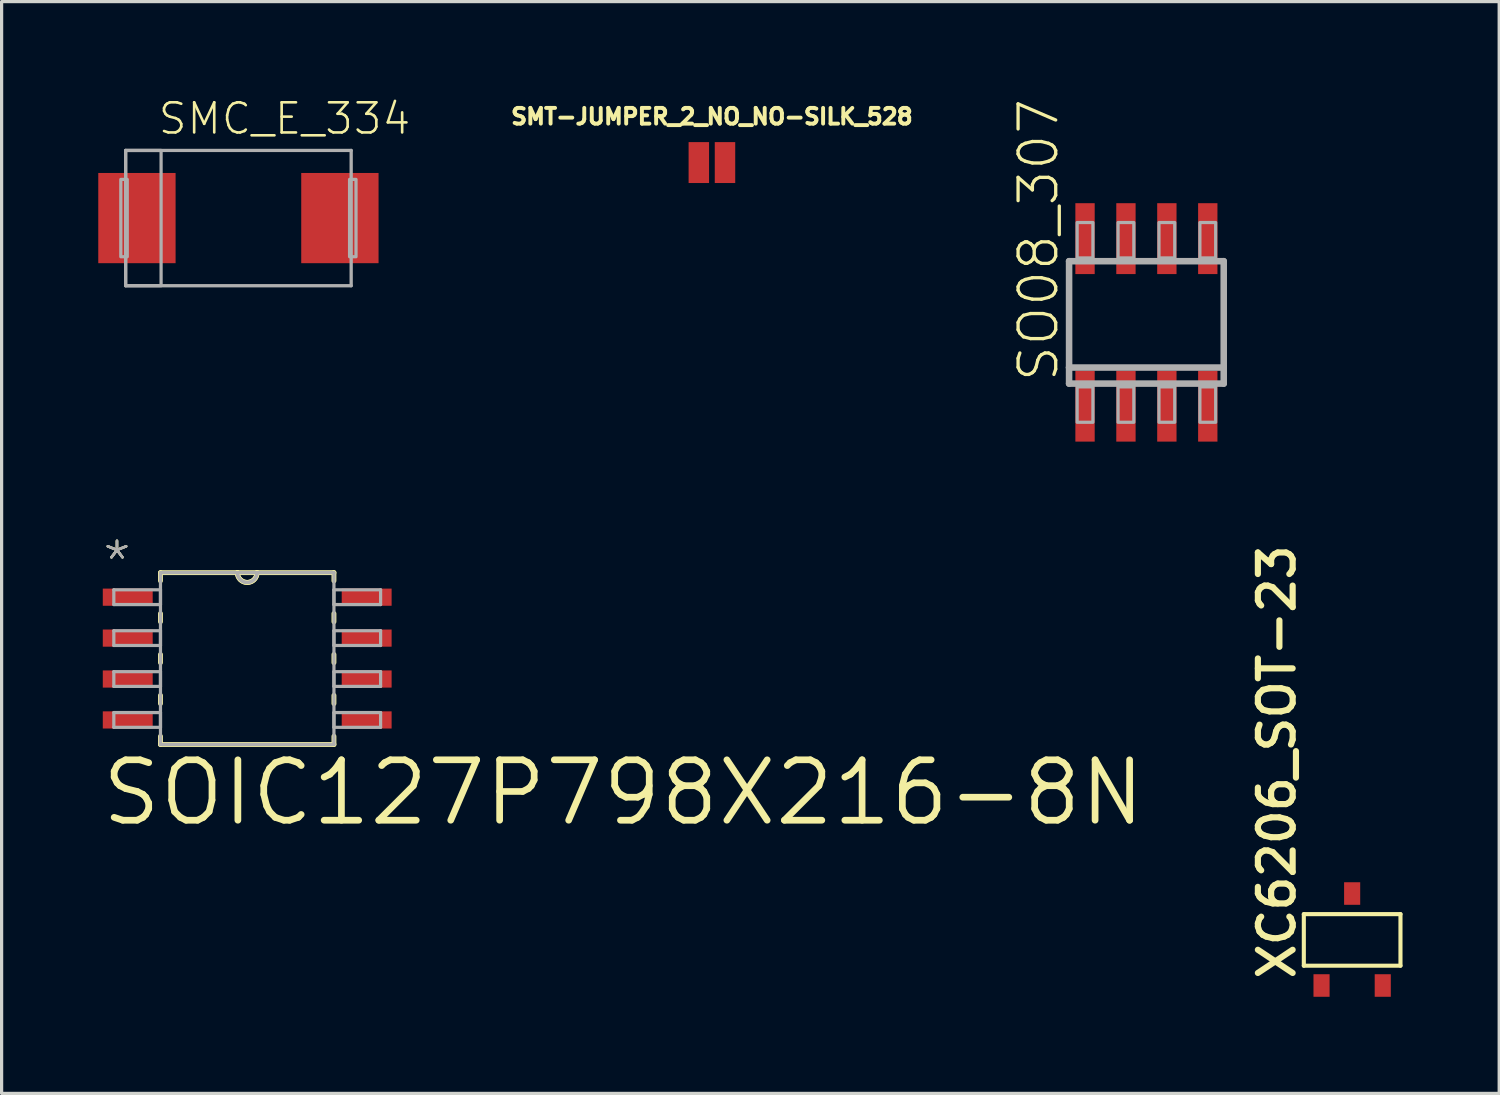
<source format=kicad_pcb>
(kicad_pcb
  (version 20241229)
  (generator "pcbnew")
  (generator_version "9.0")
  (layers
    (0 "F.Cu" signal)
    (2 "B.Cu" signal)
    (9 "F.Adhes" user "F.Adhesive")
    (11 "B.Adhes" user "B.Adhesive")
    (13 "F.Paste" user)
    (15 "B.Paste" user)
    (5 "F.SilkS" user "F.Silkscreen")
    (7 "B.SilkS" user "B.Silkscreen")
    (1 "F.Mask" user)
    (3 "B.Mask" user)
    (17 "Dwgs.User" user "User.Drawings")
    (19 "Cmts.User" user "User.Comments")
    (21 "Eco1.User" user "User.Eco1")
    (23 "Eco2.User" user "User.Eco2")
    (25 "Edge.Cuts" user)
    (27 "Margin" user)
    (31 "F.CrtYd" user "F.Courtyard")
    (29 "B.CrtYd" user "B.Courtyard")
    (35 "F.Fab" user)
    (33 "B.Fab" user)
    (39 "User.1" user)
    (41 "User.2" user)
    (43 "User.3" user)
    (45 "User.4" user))
  (footprint "SMT-JUMPER_2_NO_NO-SILK_528"
    (layer "F.Cu")
    (at 19.047 1.996)
    (property "Reference" "SMT-JUMPER_2_NO_NO-SILK_528" (at 0 -1.143 0) (unlocked yes) (layer "F.SilkS") (effects (font (size 0.488 0.488) (thickness 0.122)) (justify bottom)))
    (pad "1" smd rect (at -0.406 0) (size 0.635 1.27) (layers "F.Cu" "F.Mask"))
    (pad "2" smd rect (at 0.406 0) (size 0.635 1.27) (layers "F.Cu" "F.Mask")))
  (footprint "SOIC127P798X216-8N"
    (layer "F.Cu")
    (at 4.623 17.391)
    (property "Reference" "SOIC127P798X216-8N" (at -4.623 5.258 0) (unlocked yes) (layer "F.SilkS") (effects (font (size 1.875 1.875) (thickness 0.208)) (justify left bottom)))
    (fp_line (start -2.692 -2.667) (end -2.692 -2.413) (stroke (width 0.152) (type solid)) (layer "F.SilkS"))
    (fp_line (start -2.692 -1.397) (end -2.692 -1.143) (stroke (width 0.152) (type solid)) (layer "F.SilkS"))
    (fp_line (start -2.692 -0.127) (end -2.692 0.127) (stroke (width 0.152) (type solid)) (layer "F.SilkS"))
    (fp_line (start -2.692 1.143) (end -2.692 1.397) (stroke (width 0.152) (type solid)) (layer "F.SilkS"))
    (fp_line (start -2.692 2.413) (end -2.692 2.667) (stroke (width 0.152) (type solid)) (layer "F.SilkS"))
    (fp_line (start -2.692 2.667) (end 2.692 2.667) (stroke (width 0.152) (type solid)) (layer "F.SilkS"))
    (fp_line (start -0.305 -2.667) (end -2.692 -2.667) (stroke (width 0.152) (type solid)) (layer "F.SilkS"))
    (fp_line (start 0.305 -2.667) (end -0.305 -2.667) (stroke (width 0.152) (type solid)) (layer "F.SilkS"))
    (fp_line (start 2.692 -2.667) (end 0.305 -2.667) (stroke (width 0.152) (type solid)) (layer "F.SilkS"))
    (fp_line (start 2.692 -2.413) (end 2.692 -2.667) (stroke (width 0.152) (type solid)) (layer "F.SilkS"))
    (fp_line (start 2.692 -1.143) (end 2.692 -1.397) (stroke (width 0.152) (type solid)) (layer "F.SilkS"))
    (fp_line (start 2.692 0.127) (end 2.692 -0.127) (stroke (width 0.152) (type solid)) (layer "F.SilkS"))
    (fp_line (start 2.692 1.397) (end 2.692 1.143) (stroke (width 0.152) (type solid)) (layer "F.SilkS"))
    (fp_line (start 2.692 2.667) (end 2.692 2.413) (stroke (width 0.152) (type solid)) (layer "F.SilkS"))
    (fp_arc (start 0.3048 -2.667) (mid 0 -2.3622) (end -0.3048 -2.667) (stroke (width 0.1524) (type solid)) (layer "F.SilkS"))
    (fp_arc (start 0.3048 -2.667) (mid 0 -2.3622) (end -0.3048 -2.667) (stroke (width 0.1524) (type solid)) (layer "F.SilkS"))
    (fp_line (start -4.14 -2.134) (end -4.14 -1.676) (stroke (width 0.1) (type solid)) (layer "F.Fab"))
    (fp_line (start -4.14 -1.676) (end -2.692 -1.676) (stroke (width 0.1) (type solid)) (layer "F.Fab"))
    (fp_line (start -4.14 -0.864) (end -4.14 -0.406) (stroke (width 0.1) (type solid)) (layer "F.Fab"))
    (fp_line (start -4.14 -0.406) (end -2.692 -0.406) (stroke (width 0.1) (type solid)) (layer "F.Fab"))
    (fp_line (start -4.14 0.406) (end -4.14 0.864) (stroke (width 0.1) (type solid)) (layer "F.Fab"))
    (fp_line (start -4.14 0.864) (end -2.692 0.864) (stroke (width 0.1) (type solid)) (layer "F.Fab"))
    (fp_line (start -4.14 1.676) (end -4.14 2.134) (stroke (width 0.1) (type solid)) (layer "F.Fab"))
    (fp_line (start -4.14 2.134) (end -2.692 2.134) (stroke (width 0.1) (type solid)) (layer "F.Fab"))
    (fp_line (start -2.692 -2.667) (end -2.692 2.667) (stroke (width 0.1) (type solid)) (layer "F.Fab"))
    (fp_line (start -2.692 -2.134) (end -4.14 -2.134) (stroke (width 0.1) (type solid)) (layer "F.Fab"))
    (fp_line (start -2.692 -1.676) (end -2.692 -2.134) (stroke (width 0.1) (type solid)) (layer "F.Fab"))
    (fp_line (start -2.692 -0.864) (end -4.14 -0.864) (stroke (width 0.1) (type solid)) (layer "F.Fab"))
    (fp_line (start -2.692 -0.406) (end -2.692 -0.864) (stroke (width 0.1) (type solid)) (layer "F.Fab"))
    (fp_line (start -2.692 0.406) (end -4.14 0.406) (stroke (width 0.1) (type solid)) (layer "F.Fab"))
    (fp_line (start -2.692 0.864) (end -2.692 0.406) (stroke (width 0.1) (type solid)) (layer "F.Fab"))
    (fp_line (start -2.692 1.676) (end -4.14 1.676) (stroke (width 0.1) (type solid)) (layer "F.Fab"))
    (fp_line (start -2.692 2.134) (end -2.692 1.676) (stroke (width 0.1) (type solid)) (layer "F.Fab"))
    (fp_line (start -2.692 2.667) (end 2.692 2.667) (stroke (width 0.1) (type solid)) (layer "F.Fab"))
    (fp_line (start -0.305 -2.667) (end -2.692 -2.667) (stroke (width 0.1) (type solid)) (layer "F.Fab"))
    (fp_line (start 0.305 -2.667) (end -0.305 -2.667) (stroke (width 0.1) (type solid)) (layer "F.Fab"))
    (fp_line (start 2.692 -2.667) (end 0.305 -2.667) (stroke (width 0.1) (type solid)) (layer "F.Fab"))
    (fp_line (start 2.692 -2.134) (end 2.692 -1.676) (stroke (width 0.1) (type solid)) (layer "F.Fab"))
    (fp_line (start 2.692 -1.676) (end 4.14 -1.676) (stroke (width 0.1) (type solid)) (layer "F.Fab"))
    (fp_line (start 2.692 -0.864) (end 2.692 -0.406) (stroke (width 0.1) (type solid)) (layer "F.Fab"))
    (fp_line (start 2.692 -0.406) (end 4.14 -0.406) (stroke (width 0.1) (type solid)) (layer "F.Fab"))
    (fp_line (start 2.692 0.406) (end 2.692 0.864) (stroke (width 0.1) (type solid)) (layer "F.Fab"))
    (fp_line (start 2.692 0.864) (end 4.14 0.864) (stroke (width 0.1) (type solid)) (layer "F.Fab"))
    (fp_line (start 2.692 1.676) (end 2.692 2.134) (stroke (width 0.1) (type solid)) (layer "F.Fab"))
    (fp_line (start 2.692 2.134) (end 4.14 2.134) (stroke (width 0.1) (type solid)) (layer "F.Fab"))
    (fp_line (start 2.692 2.667) (end 2.692 -2.667) (stroke (width 0.1) (type solid)) (layer "F.Fab"))
    (fp_line (start 4.14 -2.134) (end 2.692 -2.134) (stroke (width 0.1) (type solid)) (layer "F.Fab"))
    (fp_line (start 4.14 -1.676) (end 4.14 -2.134) (stroke (width 0.1) (type solid)) (layer "F.Fab"))
    (fp_line (start 4.14 -0.864) (end 2.692 -0.864) (stroke (width 0.1) (type solid)) (layer "F.Fab"))
    (fp_line (start 4.14 -0.406) (end 4.14 -0.864) (stroke (width 0.1) (type solid)) (layer "F.Fab"))
    (fp_line (start 4.14 0.406) (end 2.692 0.406) (stroke (width 0.1) (type solid)) (layer "F.Fab"))
    (fp_line (start 4.14 0.864) (end 4.14 0.406) (stroke (width 0.1) (type solid)) (layer "F.Fab"))
    (fp_line (start 4.14 1.676) (end 2.692 1.676) (stroke (width 0.1) (type solid)) (layer "F.Fab"))
    (fp_line (start 4.14 2.134) (end 4.14 1.676) (stroke (width 0.1) (type solid)) (layer "F.Fab"))
    (fp_arc (start 0.3048 -2.667) (mid 0 -2.3622) (end -0.3048 -2.667) (stroke (width 0.1) (type solid)) (layer "F.Fab"))
    (fp_arc (start 0.3048 -2.667) (mid 0 -2.3622) (end -0.3048 -2.667) (stroke (width 0.1) (type solid)) (layer "F.Fab"))
    (fp_text user "*" (at -4.547 -2.311 0) (unlocked yes) (layer "F.SilkS") (effects (font (size 1.194 1.194) (thickness 0.076)) (justify left bottom)))
    (fp_text user "*" (at -4.547 -2.311 0) (unlocked yes) (layer "F.SilkS") (effects (font (size 1.194 1.194) (thickness 0.076)) (justify left bottom)))
    (fp_text user "*" (at -4.547 -2.311 0) (unlocked yes) (layer "F.Fab") (effects (font (size 1.194 1.194) (thickness 0.076)) (justify left bottom)))
    (fp_text user "*" (at -4.547 -2.311 0) (unlocked yes) (layer "F.Fab") (effects (font (size 1.194 1.194) (thickness 0.076)) (justify left bottom)))
    (pad "1" smd rect (at -3.708 -1.905) (size 1.549 0.533) (layers "F.Cu" "F.Mask" "F.Paste"))
    (pad "2" smd rect (at -3.708 -0.635) (size 1.549 0.533) (layers "F.Cu" "F.Mask" "F.Paste"))
    (pad "3" smd rect (at -3.708 0.635) (size 1.549 0.533) (layers "F.Cu" "F.Mask" "F.Paste"))
    (pad "4" smd rect (at -3.708 1.905) (size 1.549 0.533) (layers "F.Cu" "F.Mask" "F.Paste"))
    (pad "5" smd rect (at 3.708 1.905) (size 1.549 0.533) (layers "F.Cu" "F.Mask" "F.Paste"))
    (pad "6" smd rect (at 3.708 0.635) (size 1.549 0.533) (layers "F.Cu" "F.Mask" "F.Paste"))
    (pad "7" smd rect (at 3.708 -0.635) (size 1.549 0.533) (layers "F.Cu" "F.Mask" "F.Paste"))
    (pad "8" smd rect (at 3.708 -1.905) (size 1.549 0.533) (layers "F.Cu" "F.Mask" "F.Paste")))
  (footprint "SMC_E_334"
    (layer "F.Cu")
    (at 4.35 3.719)
    (property "Reference" "SMC_E_334" (at -2.54 -2.54 0) (unlocked yes) (layer "F.SilkS") (effects (font (size 0.935 0.935) (thickness 0.081)) (justify left bottom)))
    (fp_line (start -3.5 -2.1) (end 3.5 -2.1) (stroke (width 0.102) (type solid)) (layer "F.Fab"))
    (fp_line (start -3.5 2.1) (end -3.5 -2.1) (stroke (width 0.102) (type solid)) (layer "F.Fab"))
    (fp_line (start 3.5 -2.1) (end 3.5 2.1) (stroke (width 0.102) (type solid)) (layer "F.Fab"))
    (fp_line (start 3.5 2.1) (end -3.5 2.1) (stroke (width 0.102) (type solid)) (layer "F.Fab"))
    (fp_poly (pts (xy -3.65 1.2) (xy -3.45 1.2) (xy -3.45 -1.2) (xy -3.65 -1.2)) (stroke (width 0.1) (type default)) (fill no) (layer "F.Fab"))
    (fp_poly (pts (xy -3.5 2.1) (xy -2.4 2.1) (xy -2.4 -2.1) (xy -3.5 -2.1)) (stroke (width 0.1) (type default)) (fill no) (layer "F.Fab"))
    (fp_poly (pts (xy 3.65 -1.2) (xy 3.45 -1.2) (xy 3.45 1.2) (xy 3.65 1.2)) (stroke (width 0.1) (type default)) (fill no) (layer "F.Fab"))
    (pad "+" smd rect (at -3.15 0) (size 2.4 2.8) (layers "F.Cu" "F.Mask" "F.Paste"))
    (pad "-" smd rect (at 3.15 0 180) (size 2.4 2.8) (layers "F.Cu" "F.Mask" "F.Paste")))
  (footprint "SO08_307"
    (layer "F.Cu")
    (at 32.533 6.957)
    (property "Reference" "SO08_307" (at -2.667 1.905 90) (unlocked yes) (layer "F.SilkS") (effects (font (size 1.168 1.168) (thickness 0.102)) (justify left bottom)))
    (fp_line (start -2.4 -1.9) (end 2.4 -1.9) (stroke (width 0.203) (type solid)) (layer "F.Fab"))
    (fp_line (start -2.4 1.4) (end -2.4 -1.9) (stroke (width 0.203) (type solid)) (layer "F.Fab"))
    (fp_line (start -2.4 1.9) (end -2.4 1.4) (stroke (width 0.203) (type solid)) (layer "F.Fab"))
    (fp_line (start 2.4 -1.9) (end 2.4 1.4) (stroke (width 0.203) (type solid)) (layer "F.Fab"))
    (fp_line (start 2.4 1.4) (end -2.4 1.4) (stroke (width 0.203) (type solid)) (layer "F.Fab"))
    (fp_line (start 2.4 1.4) (end 2.4 1.9) (stroke (width 0.203) (type solid)) (layer "F.Fab"))
    (fp_line (start 2.4 1.9) (end -2.4 1.9) (stroke (width 0.203) (type solid)) (layer "F.Fab"))
    (fp_poly (pts (xy -2.15 -2) (xy -1.66 -2) (xy -1.66 -3.1) (xy -2.15 -3.1)) (stroke (width 0.1) (type default)) (fill no) (layer "F.Fab"))
    (fp_poly (pts (xy -2.15 3.1) (xy -1.66 3.1) (xy -1.66 2) (xy -2.15 2)) (stroke (width 0.1) (type default)) (fill no) (layer "F.Fab"))
    (fp_poly (pts (xy -0.88 -2) (xy -0.39 -2) (xy -0.39 -3.1) (xy -0.88 -3.1)) (stroke (width 0.1) (type default)) (fill no) (layer "F.Fab"))
    (fp_poly (pts (xy -0.88 3.1) (xy -0.39 3.1) (xy -0.39 2) (xy -0.88 2)) (stroke (width 0.1) (type default)) (fill no) (layer "F.Fab"))
    (fp_poly (pts (xy 0.39 -2) (xy 0.88 -2) (xy 0.88 -3.1) (xy 0.39 -3.1)) (stroke (width 0.1) (type default)) (fill no) (layer "F.Fab"))
    (fp_poly (pts (xy 0.39 3.1) (xy 0.88 3.1) (xy 0.88 2) (xy 0.39 2)) (stroke (width 0.1) (type default)) (fill no) (layer "F.Fab"))
    (fp_poly (pts (xy 1.66 -2) (xy 2.15 -2) (xy 2.15 -3.1) (xy 1.66 -3.1)) (stroke (width 0.1) (type default)) (fill no) (layer "F.Fab"))
    (fp_poly (pts (xy 1.66 3.1) (xy 2.15 3.1) (xy 2.15 2) (xy 1.66 2)) (stroke (width 0.1) (type default)) (fill no) (layer "F.Fab"))
    (pad "1" smd rect (at -1.905 2.6) (size 0.6 2.2) (layers "F.Cu" "F.Mask" "F.Paste"))
    (pad "2" smd rect (at -0.635 2.6) (size 0.6 2.2) (layers "F.Cu" "F.Mask" "F.Paste"))
    (pad "3" smd rect (at 0.635 2.6) (size 0.6 2.2) (layers "F.Cu" "F.Mask" "F.Paste"))
    (pad "4" smd rect (at 1.905 2.6) (size 0.6 2.2) (layers "F.Cu" "F.Mask" "F.Paste"))
    (pad "5" smd rect (at 1.905 -2.6) (size 0.6 2.2) (layers "F.Cu" "F.Mask" "F.Paste"))
    (pad "6" smd rect (at 0.635 -2.6) (size 0.6 2.2) (layers "F.Cu" "F.Mask" "F.Paste"))
    (pad "7" smd rect (at -0.635 -2.6) (size 0.6 2.2) (layers "F.Cu" "F.Mask" "F.Paste"))
    (pad "8" smd rect (at -1.905 -2.6) (size 0.6 2.2) (layers "F.Cu" "F.Mask" "F.Paste")))
  (footprint "XC6206_SOT-23"
    (layer "F.Cu")
    (at 38.919 26.124)
    (property "Reference" "XC6206_SOT-23" (at -1.705 1.305 90) (unlocked yes) (layer "F.SilkS") (effects (font (size 1.079 1.079) (thickness 0.191)) (justify left bottom)))
    (fp_line (start -1.5 -0.8) (end -1.5 0.8) (stroke (width 0.127) (type solid)) (layer "F.SilkS"))
    (fp_line (start -1.5 0.8) (end 1.5 0.8) (stroke (width 0.127) (type solid)) (layer "F.SilkS"))
    (fp_line (start 1.5 -0.8) (end -1.5 -0.8) (stroke (width 0.127) (type solid)) (layer "F.SilkS"))
    (fp_line (start 1.5 0.8) (end 1.5 -0.8) (stroke (width 0.127) (type solid)) (layer "F.SilkS"))
    (pad "1" smd rect (at -0.95 1.415) (size 0.5 0.7) (layers "F.Cu" "F.Mask" "F.Paste"))
    (pad "2" smd rect (at 0.95 1.415) (size 0.5 0.7) (layers "F.Cu" "F.Mask" "F.Paste"))
    (pad "3" smd rect (at 0 -1.44) (size 0.5 0.7) (layers "F.Cu" "F.Mask" "F.Paste")))
  (gr_rect
    (start -3 -3)
    (end 43.483 30.889)
    (stroke (width 0.1) (type default))
    (fill no)
    (layer "Edge.Cuts")))
</source>
